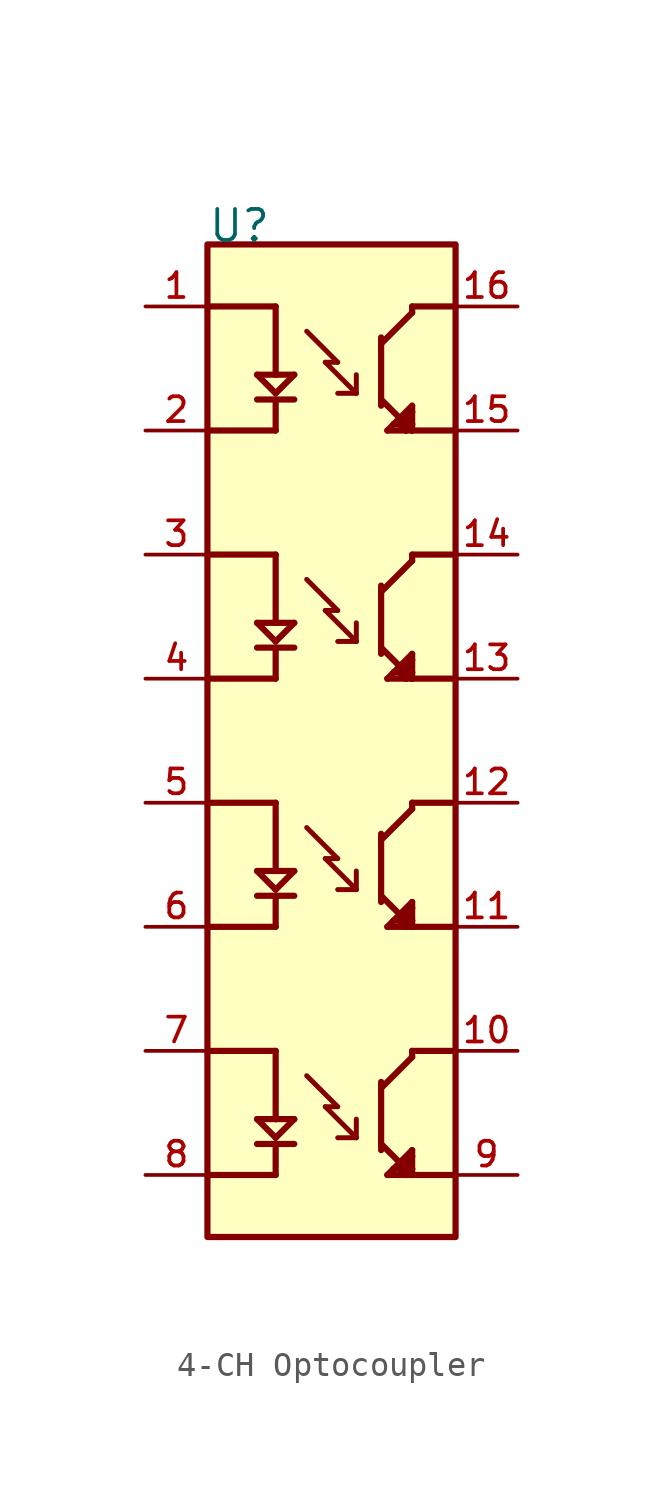
<source format=kicad_sym>
(kicad_symbol_lib
  (version 20220914)
  (generator kicad_symbol_editor)
  (symbol "4-CH Optocoupler"
    (pin_names
      (offset 1.016))
    (property "Reference" "U"
      (at -5.08 21.082 0)
      (effects (font (size 1.27 1.27)) (justify left)))
    (property "Manufacturer" ""
      (at 0 0 0)
      (effects (font (size 1.27 1.27)) (justify left)))
    (property "Manufacturer Part Number" ""
      (at 0 0 0)
      (effects (font (size 1.27 1.27)) (justify left)))
    (symbol "4-CH Optocoupler_0_0"
      (rectangle (start -5.08 -20.32) (end 5.08 20.32) (stroke (width 0.254) (type default)) (fill (type background)))
      (polyline (pts (xy -5.08 -12.7) (xy -2.286 -12.7)) (stroke (width 0.254) (type default)) (fill (type none)))
      (polyline (pts (xy -5.08 -2.54) (xy -2.286 -2.54)) (stroke (width 0.254) (type default)) (fill (type none)))
      (polyline (pts (xy -5.08 7.62) (xy -2.286 7.62)) (stroke (width 0.254) (type default)) (fill (type none)))
      (polyline (pts (xy -5.08 17.78) (xy -2.286 17.78)) (stroke (width 0.254) (type default)) (fill (type none)))
      (polyline (pts (xy -3.048 -16.51) (xy -1.524 -16.51)) (stroke (width 0.254) (type default)) (fill (type none)))
      (polyline (pts (xy -3.048 -15.494) (xy -2.286 -16.256)) (stroke (width 0.254) (type default)) (fill (type none)))
      (polyline (pts (xy -3.048 -6.35) (xy -1.524 -6.35)) (stroke (width 0.254) (type default)) (fill (type none)))
      (polyline (pts (xy -3.048 -5.334) (xy -2.286 -6.096)) (stroke (width 0.254) (type default)) (fill (type none)))
      (polyline (pts (xy -3.048 3.81) (xy -1.524 3.81)) (stroke (width 0.254) (type default)) (fill (type none)))
      (polyline (pts (xy -3.048 4.826) (xy -2.286 4.064)) (stroke (width 0.254) (type default)) (fill (type none)))
      (polyline (pts (xy -3.048 13.97) (xy -1.524 13.97)) (stroke (width 0.254) (type default)) (fill (type none)))
      (polyline (pts (xy -3.048 14.986) (xy -2.286 14.224)) (stroke (width 0.254) (type default)) (fill (type none)))
      (polyline (pts (xy -2.286 -17.78) (xy -5.08 -17.78)) (stroke (width 0.254) (type default)) (fill (type none)))
      (polyline (pts (xy -2.286 -16.51) (xy -2.286 -17.78)) (stroke (width 0.254) (type default)) (fill (type none)))
      (polyline (pts (xy -2.286 -16.256) (xy -1.524 -15.494)) (stroke (width 0.254) (type default)) (fill (type none)))
      (polyline (pts (xy -2.286 -15.494) (xy -3.048 -15.494)) (stroke (width 0.254) (type default)) (fill (type none)))
      (polyline (pts (xy -2.286 -15.494) (xy -1.524 -15.494)) (stroke (width 0.254) (type default)) (fill (type none)))
      (polyline (pts (xy -2.286 -12.7) (xy -2.286 -15.494)) (stroke (width 0.254) (type default)) (fill (type none)))
      (polyline (pts (xy -2.286 -7.62) (xy -5.08 -7.62)) (stroke (width 0.254) (type default)) (fill (type none)))
      (polyline (pts (xy -2.286 -6.35) (xy -2.286 -7.62)) (stroke (width 0.254) (type default)) (fill (type none)))
      (polyline (pts (xy -2.286 -6.096) (xy -1.524 -5.334)) (stroke (width 0.254) (type default)) (fill (type none)))
      (polyline (pts (xy -2.286 -5.334) (xy -3.048 -5.334)) (stroke (width 0.254) (type default)) (fill (type none)))
      (polyline (pts (xy -2.286 -5.334) (xy -1.524 -5.334)) (stroke (width 0.254) (type default)) (fill (type none)))
      (polyline (pts (xy -2.286 -2.54) (xy -2.286 -5.334)) (stroke (width 0.254) (type default)) (fill (type none)))
      (polyline (pts (xy -2.286 2.54) (xy -5.08 2.54)) (stroke (width 0.254) (type default)) (fill (type none)))
      (polyline (pts (xy -2.286 3.81) (xy -2.286 2.54)) (stroke (width 0.254) (type default)) (fill (type none)))
      (polyline (pts (xy -2.286 4.064) (xy -1.524 4.826)) (stroke (width 0.254) (type default)) (fill (type none)))
      (polyline (pts (xy -2.286 4.826) (xy -3.048 4.826)) (stroke (width 0.254) (type default)) (fill (type none)))
      (polyline (pts (xy -2.286 4.826) (xy -1.524 4.826)) (stroke (width 0.254) (type default)) (fill (type none)))
      (polyline (pts (xy -2.286 7.62) (xy -2.286 4.826)) (stroke (width 0.254) (type default)) (fill (type none)))
      (polyline (pts (xy -2.286 12.7) (xy -5.08 12.7)) (stroke (width 0.254) (type default)) (fill (type none)))
      (polyline (pts (xy -2.286 13.97) (xy -2.286 12.7)) (stroke (width 0.254) (type default)) (fill (type none)))
      (polyline (pts (xy -2.286 14.224) (xy -1.524 14.986)) (stroke (width 0.254) (type default)) (fill (type none)))
      (polyline (pts (xy -2.286 14.986) (xy -3.048 14.986)) (stroke (width 0.254) (type default)) (fill (type none)))
      (polyline (pts (xy -2.286 14.986) (xy -1.524 14.986)) (stroke (width 0.254) (type default)) (fill (type none)))
      (polyline (pts (xy -2.286 17.78) (xy -2.286 14.986)) (stroke (width 0.254) (type default)) (fill (type none)))
      (polyline (pts (xy -1.016 -13.716) (xy 0.254 -14.986)) (stroke (width 0.203) (type default)) (fill (type none)))
      (polyline (pts (xy -1.016 -3.556) (xy 0.254 -4.826)) (stroke (width 0.203) (type default)) (fill (type none)))
      (polyline (pts (xy -1.016 6.604) (xy 0.254 5.334)) (stroke (width 0.203) (type default)) (fill (type none)))
      (polyline (pts (xy -1.016 16.764) (xy 0.254 15.494)) (stroke (width 0.203) (type default)) (fill (type none)))
      (polyline (pts (xy -0.254 -14.986) (xy 1.016 -16.256)) (stroke (width 0.203) (type default)) (fill (type none)))
      (polyline (pts (xy -0.254 -4.826) (xy 1.016 -6.096)) (stroke (width 0.203) (type default)) (fill (type none)))
      (polyline (pts (xy -0.254 5.334) (xy 1.016 4.064)) (stroke (width 0.203) (type default)) (fill (type none)))
      (polyline (pts (xy -0.254 15.494) (xy 1.016 14.224)) (stroke (width 0.203) (type default)) (fill (type none)))
      (polyline (pts (xy 0.254 -14.986) (xy -0.254 -14.986)) (stroke (width 0.203) (type default)) (fill (type none)))
      (polyline (pts (xy 0.254 -4.826) (xy -0.254 -4.826)) (stroke (width 0.203) (type default)) (fill (type none)))
      (polyline (pts (xy 0.254 5.334) (xy -0.254 5.334)) (stroke (width 0.203) (type default)) (fill (type none)))
      (polyline (pts (xy 0.254 15.494) (xy -0.254 15.494)) (stroke (width 0.203) (type default)) (fill (type none)))
      (polyline (pts (xy 1.016 -16.256) (xy 0.254 -16.256)) (stroke (width 0.203) (type default)) (fill (type none)))
      (polyline (pts (xy 1.016 -16.256) (xy 1.016 -15.494)) (stroke (width 0.203) (type default)) (fill (type none)))
      (polyline (pts (xy 1.016 -6.096) (xy 0.254 -6.096)) (stroke (width 0.203) (type default)) (fill (type none)))
      (polyline (pts (xy 1.016 -6.096) (xy 1.016 -5.334)) (stroke (width 0.203) (type default)) (fill (type none)))
      (polyline (pts (xy 1.016 4.064) (xy 0.254 4.064)) (stroke (width 0.203) (type default)) (fill (type none)))
      (polyline (pts (xy 1.016 4.064) (xy 1.016 4.826)) (stroke (width 0.203) (type default)) (fill (type none)))
      (polyline (pts (xy 1.016 14.224) (xy 0.254 14.224)) (stroke (width 0.203) (type default)) (fill (type none)))
      (polyline (pts (xy 1.016 14.224) (xy 1.016 14.986)) (stroke (width 0.203) (type default)) (fill (type none)))
      (polyline (pts (xy 2.032 -16.51) (xy 2.032 -16.764)) (stroke (width 0.254) (type default)) (fill (type none)))
      (polyline (pts (xy 2.032 -16.51) (xy 3.302 -17.78)) (stroke (width 0.254) (type default)) (fill (type none)))
      (polyline (pts (xy 2.032 -14.224) (xy 2.032 -16.51)) (stroke (width 0.254) (type default)) (fill (type none)))
      (polyline (pts (xy 2.032 -14.224) (xy 2.032 -13.97)) (stroke (width 0.254) (type default)) (fill (type none)))
      (polyline (pts (xy 2.032 -6.35) (xy 2.032 -6.604)) (stroke (width 0.254) (type default)) (fill (type none)))
      (polyline (pts (xy 2.032 -6.35) (xy 3.302 -7.62)) (stroke (width 0.254) (type default)) (fill (type none)))
      (polyline (pts (xy 2.032 -4.064) (xy 2.032 -6.35)) (stroke (width 0.254) (type default)) (fill (type none)))
      (polyline (pts (xy 2.032 -4.064) (xy 2.032 -3.81)) (stroke (width 0.254) (type default)) (fill (type none)))
      (polyline (pts (xy 2.032 3.81) (xy 2.032 3.556)) (stroke (width 0.254) (type default)) (fill (type none)))
      (polyline (pts (xy 2.032 3.81) (xy 3.302 2.54)) (stroke (width 0.254) (type default)) (fill (type none)))
      (polyline (pts (xy 2.032 6.096) (xy 2.032 3.81)) (stroke (width 0.254) (type default)) (fill (type none)))
      (polyline (pts (xy 2.032 6.096) (xy 2.032 6.35)) (stroke (width 0.254) (type default)) (fill (type none)))
      (polyline (pts (xy 2.032 13.97) (xy 2.032 13.716)) (stroke (width 0.254) (type default)) (fill (type none)))
      (polyline (pts (xy 2.032 13.97) (xy 3.302 12.7)) (stroke (width 0.254) (type default)) (fill (type none)))
      (polyline (pts (xy 2.032 16.256) (xy 2.032 13.97)) (stroke (width 0.254) (type default)) (fill (type none)))
      (polyline (pts (xy 2.032 16.256) (xy 2.032 16.51)) (stroke (width 0.254) (type default)) (fill (type none)))
      (polyline (pts (xy 2.286 -17.78) (xy 3.048 -17.78)) (stroke (width 0.254) (type default)) (fill (type none)))
      (polyline (pts (xy 2.286 -7.62) (xy 3.048 -7.62)) (stroke (width 0.254) (type default)) (fill (type none)))
      (polyline (pts (xy 2.286 2.54) (xy 3.048 2.54)) (stroke (width 0.254) (type default)) (fill (type none)))
      (polyline (pts (xy 2.286 12.7) (xy 3.048 12.7)) (stroke (width 0.254) (type default)) (fill (type none)))
      (polyline (pts (xy 2.54 -17.526) (xy 2.286 -17.78)) (stroke (width 0.254) (type default)) (fill (type none)))
      (polyline (pts (xy 2.54 -17.526) (xy 2.794 -17.526)) (stroke (width 0.254) (type default)) (fill (type none)))
      (polyline (pts (xy 2.54 -7.366) (xy 2.286 -7.62)) (stroke (width 0.254) (type default)) (fill (type none)))
      (polyline (pts (xy 2.54 -7.366) (xy 2.794 -7.366)) (stroke (width 0.254) (type default)) (fill (type none)))
      (polyline (pts (xy 2.54 2.794) (xy 2.286 2.54)) (stroke (width 0.254) (type default)) (fill (type none)))
      (polyline (pts (xy 2.54 2.794) (xy 2.794 2.794)) (stroke (width 0.254) (type default)) (fill (type none)))
      (polyline (pts (xy 2.54 12.954) (xy 2.286 12.7)) (stroke (width 0.254) (type default)) (fill (type none)))
      (polyline (pts (xy 2.54 12.954) (xy 2.794 12.954)) (stroke (width 0.254) (type default)) (fill (type none)))
      (polyline (pts (xy 2.794 -17.526) (xy 3.048 -17.78)) (stroke (width 0.254) (type default)) (fill (type none)))
      (polyline (pts (xy 2.794 -7.366) (xy 3.048 -7.62)) (stroke (width 0.254) (type default)) (fill (type none)))
      (polyline (pts (xy 2.794 2.794) (xy 3.048 2.54)) (stroke (width 0.254) (type default)) (fill (type none)))
      (polyline (pts (xy 2.794 12.954) (xy 3.048 12.7)) (stroke (width 0.254) (type default)) (fill (type none)))
      (polyline (pts (xy 3.048 -17.78) (xy 3.048 -17.272)) (stroke (width 0.254) (type default)) (fill (type none)))
      (polyline (pts (xy 3.048 -17.78) (xy 3.302 -17.78)) (stroke (width 0.254) (type default)) (fill (type none)))
      (polyline (pts (xy 3.048 -17.272) (xy 2.794 -17.526)) (stroke (width 0.254) (type default)) (fill (type none)))
      (polyline (pts (xy 3.048 -17.272) (xy 3.302 -17.018)) (stroke (width 0.254) (type default)) (fill (type none)))
      (polyline (pts (xy 3.048 -7.62) (xy 3.048 -7.112)) (stroke (width 0.254) (type default)) (fill (type none)))
      (polyline (pts (xy 3.048 -7.62) (xy 3.302 -7.62)) (stroke (width 0.254) (type default)) (fill (type none)))
      (polyline (pts (xy 3.048 -7.112) (xy 2.794 -7.366)) (stroke (width 0.254) (type default)) (fill (type none)))
      (polyline (pts (xy 3.048 -7.112) (xy 3.302 -6.858)) (stroke (width 0.254) (type default)) (fill (type none)))
      (polyline (pts (xy 3.048 2.54) (xy 3.048 3.048)) (stroke (width 0.254) (type default)) (fill (type none)))
      (polyline (pts (xy 3.048 2.54) (xy 3.302 2.54)) (stroke (width 0.254) (type default)) (fill (type none)))
      (polyline (pts (xy 3.048 3.048) (xy 2.794 2.794)) (stroke (width 0.254) (type default)) (fill (type none)))
      (polyline (pts (xy 3.048 3.048) (xy 3.302 3.302)) (stroke (width 0.254) (type default)) (fill (type none)))
      (polyline (pts (xy 3.048 12.7) (xy 3.048 13.208)) (stroke (width 0.254) (type default)) (fill (type none)))
      (polyline (pts (xy 3.048 12.7) (xy 3.302 12.7)) (stroke (width 0.254) (type default)) (fill (type none)))
      (polyline (pts (xy 3.048 13.208) (xy 2.794 12.954)) (stroke (width 0.254) (type default)) (fill (type none)))
      (polyline (pts (xy 3.048 13.208) (xy 3.302 13.462)) (stroke (width 0.254) (type default)) (fill (type none)))
      (polyline (pts (xy 3.302 -17.78) (xy 3.302 -17.526)) (stroke (width 0.254) (type default)) (fill (type none)))
      (polyline (pts (xy 3.302 -17.78) (xy 5.08 -17.78)) (stroke (width 0.254) (type default)) (fill (type none)))
      (polyline (pts (xy 3.302 -17.526) (xy 3.048 -17.272)) (stroke (width 0.254) (type default)) (fill (type none)))
      (polyline (pts (xy 3.302 -17.526) (xy 3.302 -17.018)) (stroke (width 0.254) (type default)) (fill (type none)))
      (polyline (pts (xy 3.302 -17.018) (xy 3.302 -16.764)) (stroke (width 0.254) (type default)) (fill (type none)))
      (polyline (pts (xy 3.302 -16.764) (xy 2.54 -17.526)) (stroke (width 0.254) (type default)) (fill (type none)))
      (polyline (pts (xy 3.302 -12.954) (xy 2.032 -14.224)) (stroke (width 0.254) (type default)) (fill (type none)))
      (polyline (pts (xy 3.302 -12.7) (xy 3.302 -12.954)) (stroke (width 0.254) (type default)) (fill (type none)))
      (polyline (pts (xy 3.302 -7.62) (xy 3.302 -7.366)) (stroke (width 0.254) (type default)) (fill (type none)))
      (polyline (pts (xy 3.302 -7.62) (xy 5.08 -7.62)) (stroke (width 0.254) (type default)) (fill (type none)))
      (polyline (pts (xy 3.302 -7.366) (xy 3.048 -7.112)) (stroke (width 0.254) (type default)) (fill (type none)))
      (polyline (pts (xy 3.302 -7.366) (xy 3.302 -6.858)) (stroke (width 0.254) (type default)) (fill (type none)))
      (polyline (pts (xy 3.302 -6.858) (xy 3.302 -6.604)) (stroke (width 0.254) (type default)) (fill (type none)))
      (polyline (pts (xy 3.302 -6.604) (xy 2.54 -7.366)) (stroke (width 0.254) (type default)) (fill (type none)))
      (polyline (pts (xy 3.302 -2.794) (xy 2.032 -4.064)) (stroke (width 0.254) (type default)) (fill (type none)))
      (polyline (pts (xy 3.302 -2.54) (xy 3.302 -2.794)) (stroke (width 0.254) (type default)) (fill (type none)))
      (polyline (pts (xy 3.302 2.54) (xy 3.302 2.794)) (stroke (width 0.254) (type default)) (fill (type none)))
      (polyline (pts (xy 3.302 2.54) (xy 5.08 2.54)) (stroke (width 0.254) (type default)) (fill (type none)))
      (polyline (pts (xy 3.302 2.794) (xy 3.048 3.048)) (stroke (width 0.254) (type default)) (fill (type none)))
      (polyline (pts (xy 3.302 2.794) (xy 3.302 3.302)) (stroke (width 0.254) (type default)) (fill (type none)))
      (polyline (pts (xy 3.302 3.302) (xy 3.302 3.556)) (stroke (width 0.254) (type default)) (fill (type none)))
      (polyline (pts (xy 3.302 3.556) (xy 2.54 2.794)) (stroke (width 0.254) (type default)) (fill (type none)))
      (polyline (pts (xy 3.302 7.366) (xy 2.032 6.096)) (stroke (width 0.254) (type default)) (fill (type none)))
      (polyline (pts (xy 3.302 7.62) (xy 3.302 7.366)) (stroke (width 0.254) (type default)) (fill (type none)))
      (polyline (pts (xy 3.302 12.7) (xy 3.302 12.954)) (stroke (width 0.254) (type default)) (fill (type none)))
      (polyline (pts (xy 3.302 12.7) (xy 5.08 12.7)) (stroke (width 0.254) (type default)) (fill (type none)))
      (polyline (pts (xy 3.302 12.954) (xy 3.048 13.208)) (stroke (width 0.254) (type default)) (fill (type none)))
      (polyline (pts (xy 3.302 12.954) (xy 3.302 13.462)) (stroke (width 0.254) (type default)) (fill (type none)))
      (polyline (pts (xy 3.302 13.462) (xy 3.302 13.716)) (stroke (width 0.254) (type default)) (fill (type none)))
      (polyline (pts (xy 3.302 13.716) (xy 2.54 12.954)) (stroke (width 0.254) (type default)) (fill (type none)))
      (polyline (pts (xy 3.302 17.526) (xy 2.032 16.256)) (stroke (width 0.254) (type default)) (fill (type none)))
      (polyline (pts (xy 3.302 17.78) (xy 3.302 17.526)) (stroke (width 0.254) (type default)) (fill (type none)))
      (polyline (pts (xy 5.08 -12.7) (xy 3.302 -12.7)) (stroke (width 0.254) (type default)) (fill (type none)))
      (polyline (pts (xy 5.08 -2.54) (xy 3.302 -2.54)) (stroke (width 0.254) (type default)) (fill (type none)))
      (polyline (pts (xy 5.08 7.62) (xy 3.302 7.62)) (stroke (width 0.254) (type default)) (fill (type none)))
      (polyline (pts (xy 5.08 17.78) (xy 3.302 17.78)) (stroke (width 0.254) (type default)) (fill (type none)))
      (pin passive line (at -7.62 17.78 0) (length 2.54) (name "~" (effects (font (size 1.016 1.016)))) (number "1" (effects (font (size 1.016 1.016)))))
      (pin passive line (at 7.62 -12.7 180) (length 2.54) (name "~" (effects (font (size 1.016 1.016)))) (number "10" (effects (font (size 1.016 1.016)))))
      (pin passive line (at 7.62 -7.62 180) (length 2.54) (name "~" (effects (font (size 1.016 1.016)))) (number "11" (effects (font (size 1.016 1.016)))))
      (pin passive line (at 7.62 -2.54 180) (length 2.54) (name "~" (effects (font (size 1.016 1.016)))) (number "12" (effects (font (size 1.016 1.016)))))
      (pin passive line (at 7.62 2.54 180) (length 2.54) (name "~" (effects (font (size 1.016 1.016)))) (number "13" (effects (font (size 1.016 1.016)))))
      (pin passive line (at 7.62 7.62 180) (length 2.54) (name "~" (effects (font (size 1.016 1.016)))) (number "14" (effects (font (size 1.016 1.016)))))
      (pin passive line (at 7.62 12.7 180) (length 2.54) (name "~" (effects (font (size 1.016 1.016)))) (number "15" (effects (font (size 1.016 1.016)))))
      (pin passive line (at 7.62 17.78 180) (length 2.54) (name "~" (effects (font (size 1.016 1.016)))) (number "16" (effects (font (size 1.016 1.016)))))
      (pin passive line (at -7.62 12.7 0) (length 2.54) (name "~" (effects (font (size 1.016 1.016)))) (number "2" (effects (font (size 1.016 1.016)))))
      (pin passive line (at -7.62 7.62 0) (length 2.54) (name "~" (effects (font (size 1.016 1.016)))) (number "3" (effects (font (size 1.016 1.016)))))
      (pin passive line (at -7.62 2.54 0) (length 2.54) (name "~" (effects (font (size 1.016 1.016)))) (number "4" (effects (font (size 1.016 1.016)))))
      (pin passive line (at -7.62 -2.54 0) (length 2.54) (name "~" (effects (font (size 1.016 1.016)))) (number "5" (effects (font (size 1.016 1.016)))))
      (pin passive line (at -7.62 -7.62 0) (length 2.54) (name "~" (effects (font (size 1.016 1.016)))) (number "6" (effects (font (size 1.016 1.016)))))
      (pin passive line (at -7.62 -12.7 0) (length 2.54) (name "~" (effects (font (size 1.016 1.016)))) (number "7" (effects (font (size 1.016 1.016)))))
      (pin passive line (at -7.62 -17.78 0) (length 2.54) (name "~" (effects (font (size 1.016 1.016)))) (number "8" (effects (font (size 1.016 1.016)))))
      (pin passive line (at 7.62 -17.78 180) (length 2.54) (name "~" (effects (font (size 1.016 1.016)))) (number "9" (effects (font (size 1.016 1.016))))))))
</source>
